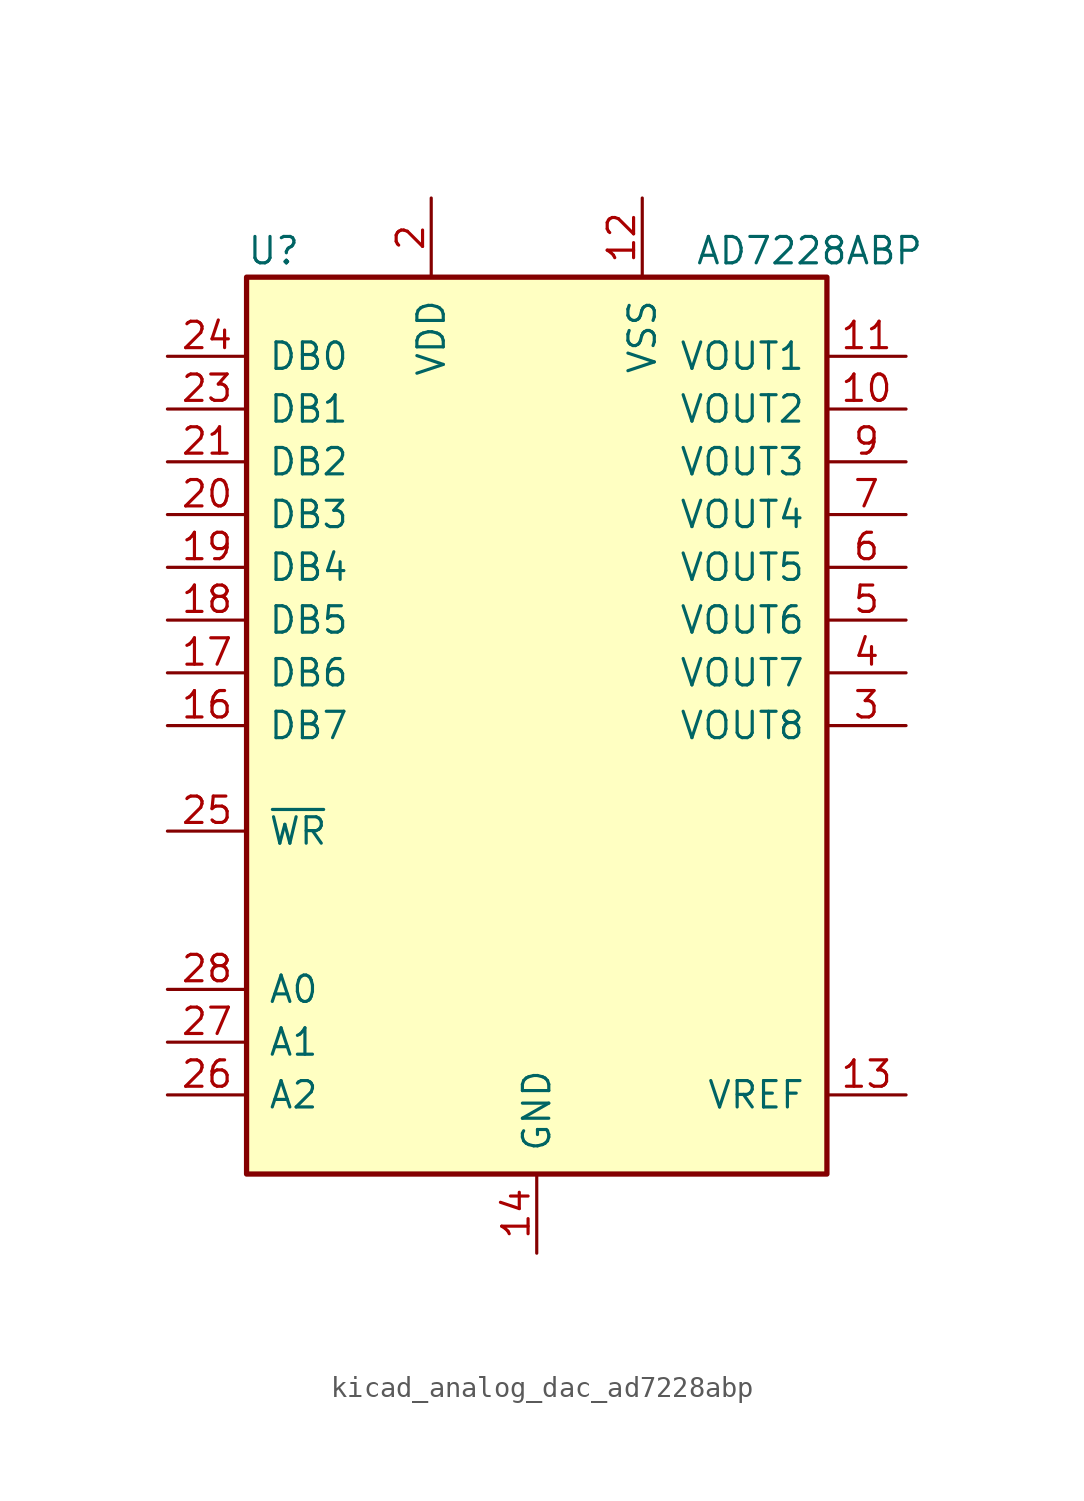
<source format=kicad_sym>
(kicad_symbol_lib
  (version 20220914)
  (generator kicad_symbol_editor)
  (symbol "kicad_analog_dac_ad7228abp"
    (pin_names
      (offset 1.016))
    (property "Reference" "U"
      (at -13.97 22.86 0)
      (effects (font (size 1.27 1.27)) (justify left)))
    (property "Value" "AD7228ABP"
      (at 7.62 22.86 0)
      (effects (font (size 1.27 1.27)) (justify left)))
    (symbol "kicad_analog_dac_ad7228abp_0_1"
      (rectangle (start -13.97 -21.59) (end 13.97 21.59) (stroke (width 0.254) (type default)) (fill (type background))))
    (symbol "kicad_analog_dac_ad7228abp_1_1"
      (pin output line (at 17.78 15.24 180) (length 3.81) (name "VOUT2" (effects (font (size 1.27 1.27)))) (number "10" (effects (font (size 1.27 1.27)))))
      (pin output line (at 17.78 17.78 180) (length 3.81) (name "VOUT1" (effects (font (size 1.27 1.27)))) (number "11" (effects (font (size 1.27 1.27)))))
      (pin power_in line (at 5.08 25.4 270) (length 3.81) (name "VSS" (effects (font (size 1.27 1.27)))) (number "12" (effects (font (size 1.27 1.27)))))
      (pin passive line (at 17.78 -17.78 180) (length 3.81) (name "VREF" (effects (font (size 1.27 1.27)))) (number "13" (effects (font (size 1.27 1.27)))))
      (pin power_in line (at 0 -25.4 90) (length 3.81) (name "GND" (effects (font (size 1.27 1.27)))) (number "14" (effects (font (size 1.27 1.27)))))
      (pin input line (at -17.78 0 0) (length 3.81) (name "DB7" (effects (font (size 1.27 1.27)))) (number "16" (effects (font (size 1.27 1.27)))))
      (pin input line (at -17.78 2.54 0) (length 3.81) (name "DB6" (effects (font (size 1.27 1.27)))) (number "17" (effects (font (size 1.27 1.27)))))
      (pin input line (at -17.78 5.08 0) (length 3.81) (name "DB5" (effects (font (size 1.27 1.27)))) (number "18" (effects (font (size 1.27 1.27)))))
      (pin input line (at -17.78 7.62 0) (length 3.81) (name "DB4" (effects (font (size 1.27 1.27)))) (number "19" (effects (font (size 1.27 1.27)))))
      (pin power_in line (at -5.08 25.4 270) (length 3.81) (name "VDD" (effects (font (size 1.27 1.27)))) (number "2" (effects (font (size 1.27 1.27)))))
      (pin input line (at -17.78 10.16 0) (length 3.81) (name "DB3" (effects (font (size 1.27 1.27)))) (number "20" (effects (font (size 1.27 1.27)))))
      (pin input line (at -17.78 12.7 0) (length 3.81) (name "DB2" (effects (font (size 1.27 1.27)))) (number "21" (effects (font (size 1.27 1.27)))))
      (pin input line (at -17.78 15.24 0) (length 3.81) (name "DB1" (effects (font (size 1.27 1.27)))) (number "23" (effects (font (size 1.27 1.27)))))
      (pin input line (at -17.78 17.78 0) (length 3.81) (name "DB0" (effects (font (size 1.27 1.27)))) (number "24" (effects (font (size 1.27 1.27)))))
      (pin input line (at -17.78 -5.08 0) (length 3.81) (name "~{WR}" (effects (font (size 1.27 1.27)))) (number "25" (effects (font (size 1.27 1.27)))))
      (pin input line (at -17.78 -17.78 0) (length 3.81) (name "A2" (effects (font (size 1.27 1.27)))) (number "26" (effects (font (size 1.27 1.27)))))
      (pin input line (at -17.78 -15.24 0) (length 3.81) (name "A1" (effects (font (size 1.27 1.27)))) (number "27" (effects (font (size 1.27 1.27)))))
      (pin input line (at -17.78 -12.7 0) (length 3.81) (name "A0" (effects (font (size 1.27 1.27)))) (number "28" (effects (font (size 1.27 1.27)))))
      (pin output line (at 17.78 0 180) (length 3.81) (name "VOUT8" (effects (font (size 1.27 1.27)))) (number "3" (effects (font (size 1.27 1.27)))))
      (pin output line (at 17.78 2.54 180) (length 3.81) (name "VOUT7" (effects (font (size 1.27 1.27)))) (number "4" (effects (font (size 1.27 1.27)))))
      (pin output line (at 17.78 5.08 180) (length 3.81) (name "VOUT6" (effects (font (size 1.27 1.27)))) (number "5" (effects (font (size 1.27 1.27)))))
      (pin output line (at 17.78 7.62 180) (length 3.81) (name "VOUT5" (effects (font (size 1.27 1.27)))) (number "6" (effects (font (size 1.27 1.27)))))
      (pin output line (at 17.78 10.16 180) (length 3.81) (name "VOUT4" (effects (font (size 1.27 1.27)))) (number "7" (effects (font (size 1.27 1.27)))))
      (pin output line (at 17.78 12.7 180) (length 3.81) (name "VOUT3" (effects (font (size 1.27 1.27)))) (number "9" (effects (font (size 1.27 1.27))))))))
</source>
